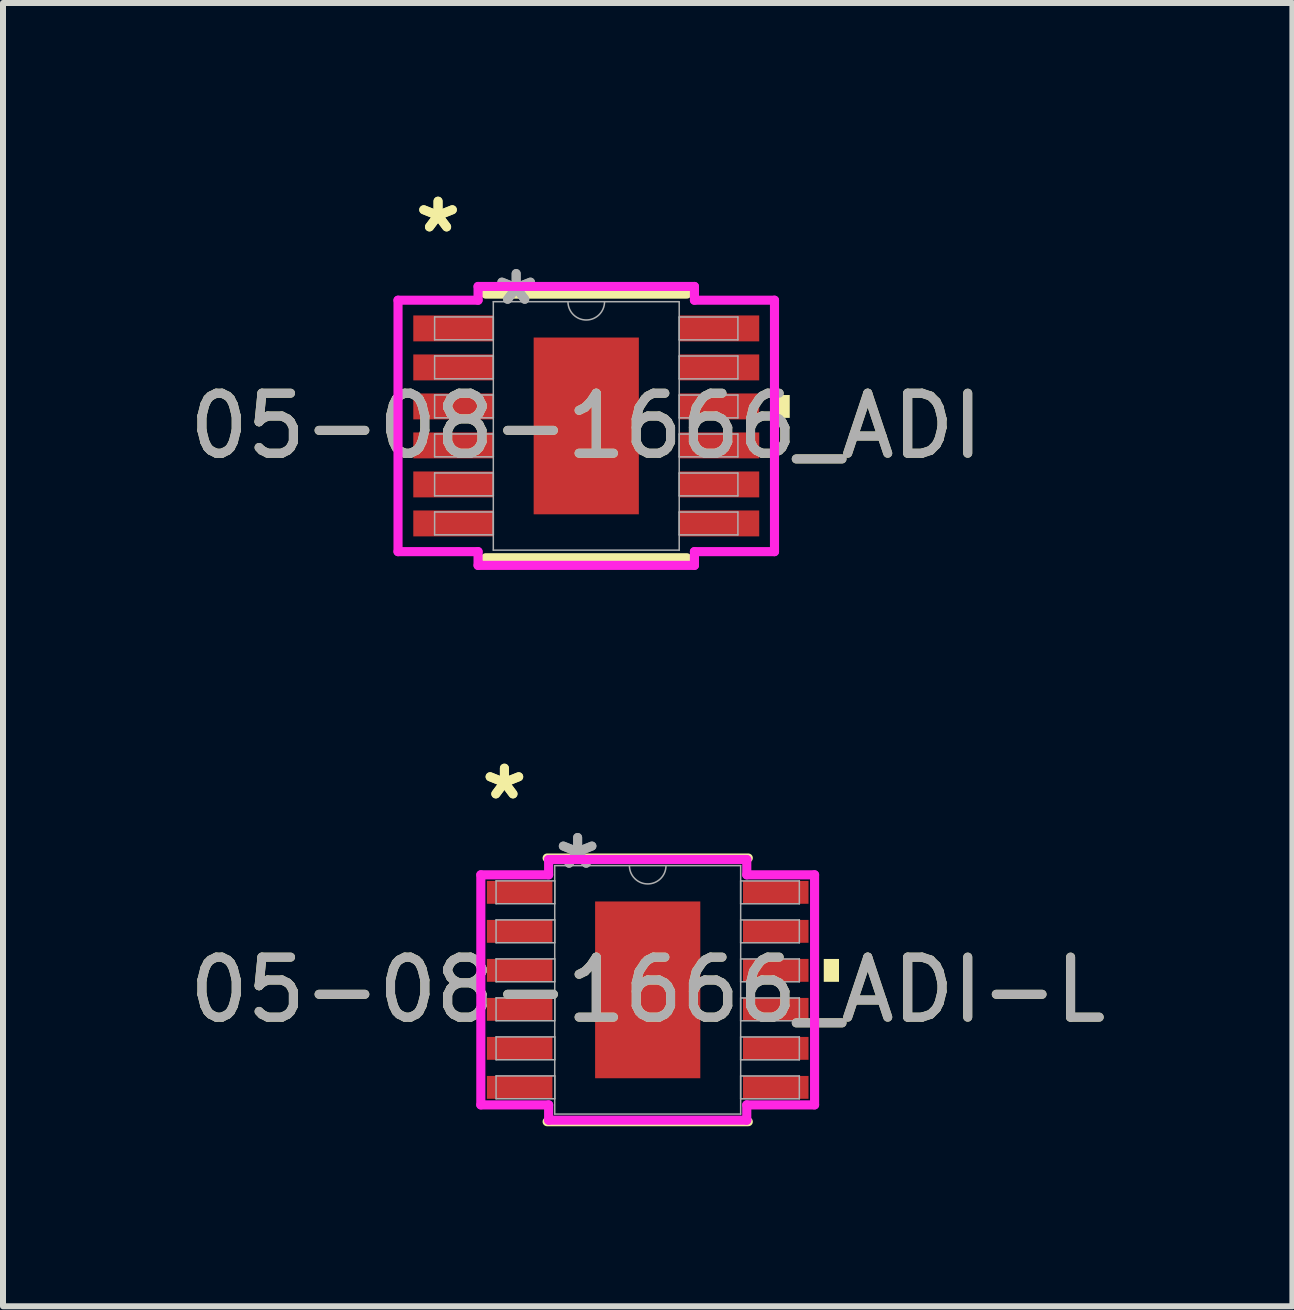
<source format=kicad_pcb>
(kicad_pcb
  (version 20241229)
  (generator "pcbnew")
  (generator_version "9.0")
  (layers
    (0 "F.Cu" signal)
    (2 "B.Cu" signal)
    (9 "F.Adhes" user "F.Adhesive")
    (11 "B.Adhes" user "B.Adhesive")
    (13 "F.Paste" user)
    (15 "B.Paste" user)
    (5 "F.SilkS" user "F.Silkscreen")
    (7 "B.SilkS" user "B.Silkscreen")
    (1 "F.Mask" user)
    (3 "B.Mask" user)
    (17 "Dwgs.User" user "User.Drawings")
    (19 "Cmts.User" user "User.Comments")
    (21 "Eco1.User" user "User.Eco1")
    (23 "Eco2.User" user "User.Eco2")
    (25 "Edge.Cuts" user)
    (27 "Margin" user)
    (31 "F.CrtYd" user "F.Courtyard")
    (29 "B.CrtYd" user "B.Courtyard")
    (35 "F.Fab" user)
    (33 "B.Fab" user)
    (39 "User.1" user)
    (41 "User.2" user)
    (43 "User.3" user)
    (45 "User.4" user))
  (footprint "05-08-1666_ADI-L"
    (layer "F.Cu")
    (at 7.744 13.446)
    (property "Reference" "05-08-1666_ADI-L" (at 0 0 0) (unlocked yes) (layer "F.SilkS") (effects (font (size 1 1) (thickness 0.15))))
    (attr smd)
    (fp_line (start -1.676 2.197) (end 1.676 2.197) (stroke (width 0.152) (type solid)) (layer "F.SilkS"))
    (fp_line (start 1.676 -2.197) (end -1.676 -2.197) (stroke (width 0.152) (type solid)) (layer "F.SilkS"))
    (fp_poly (pts (xy 3.188 -0.515) (xy 3.188 -0.134) (xy 2.934 -0.134) (xy 2.934 -0.515)) (stroke (width 0) (type solid)) (fill yes) (layer "F.SilkS"))
    (fp_poly (pts (xy -0.776 -1.373) (xy -0.776 -0.1) (xy 0.776 -0.1) (xy 0.776 -1.373)) (stroke (width 0) (type solid)) (fill yes) (layer "F.Paste"))
    (fp_poly (pts (xy -0.776 0.1) (xy -0.776 1.373) (xy 0.776 1.373) (xy 0.776 0.1)) (stroke (width 0) (type solid)) (fill yes) (layer "F.Paste"))
    (fp_line (start -2.781 -1.917) (end -1.651 -1.917) (stroke (width 0.152) (type solid)) (layer "F.CrtYd"))
    (fp_line (start -2.781 1.917) (end -2.781 -1.917) (stroke (width 0.152) (type solid)) (layer "F.CrtYd"))
    (fp_line (start -2.781 1.917) (end -1.651 1.917) (stroke (width 0.152) (type solid)) (layer "F.CrtYd"))
    (fp_line (start -1.651 -2.172) (end 1.651 -2.172) (stroke (width 0.152) (type solid)) (layer "F.CrtYd"))
    (fp_line (start -1.651 -1.917) (end -1.651 -2.172) (stroke (width 0.152) (type solid)) (layer "F.CrtYd"))
    (fp_line (start -1.651 2.172) (end -1.651 1.917) (stroke (width 0.152) (type solid)) (layer "F.CrtYd"))
    (fp_line (start 1.651 -2.172) (end 1.651 -1.917) (stroke (width 0.152) (type solid)) (layer "F.CrtYd"))
    (fp_line (start 1.651 1.917) (end 1.651 2.172) (stroke (width 0.152) (type solid)) (layer "F.CrtYd"))
    (fp_line (start 1.651 2.172) (end -1.651 2.172) (stroke (width 0.152) (type solid)) (layer "F.CrtYd"))
    (fp_line (start 2.781 -1.917) (end 1.651 -1.917) (stroke (width 0.152) (type solid)) (layer "F.CrtYd"))
    (fp_line (start 2.781 -1.917) (end 2.781 1.917) (stroke (width 0.152) (type solid)) (layer "F.CrtYd"))
    (fp_line (start 2.781 1.917) (end 1.651 1.917) (stroke (width 0.152) (type solid)) (layer "F.CrtYd"))
    (fp_line (start -2.527 -1.816) (end -2.527 -1.435) (stroke (width 0.025) (type solid)) (layer "F.Fab"))
    (fp_line (start -2.527 -1.435) (end -1.549 -1.435) (stroke (width 0.025) (type solid)) (layer "F.Fab"))
    (fp_line (start -2.527 -1.166) (end -2.527 -0.785) (stroke (width 0.025) (type solid)) (layer "F.Fab"))
    (fp_line (start -2.527 -0.785) (end -1.549 -0.785) (stroke (width 0.025) (type solid)) (layer "F.Fab"))
    (fp_line (start -2.527 -0.516) (end -2.527 -0.135) (stroke (width 0.025) (type solid)) (layer "F.Fab"))
    (fp_line (start -2.527 -0.135) (end -1.549 -0.135) (stroke (width 0.025) (type solid)) (layer "F.Fab"))
    (fp_line (start -2.527 0.134) (end -2.527 0.515) (stroke (width 0.025) (type solid)) (layer "F.Fab"))
    (fp_line (start -2.527 0.515) (end -1.549 0.515) (stroke (width 0.025) (type solid)) (layer "F.Fab"))
    (fp_line (start -2.527 0.784) (end -2.527 1.165) (stroke (width 0.025) (type solid)) (layer "F.Fab"))
    (fp_line (start -2.527 1.165) (end -1.549 1.165) (stroke (width 0.025) (type solid)) (layer "F.Fab"))
    (fp_line (start -2.527 1.434) (end -2.527 1.815) (stroke (width 0.025) (type solid)) (layer "F.Fab"))
    (fp_line (start -2.527 1.815) (end -1.549 1.815) (stroke (width 0.025) (type solid)) (layer "F.Fab"))
    (fp_line (start -1.549 -2.07) (end -1.549 2.07) (stroke (width 0.025) (type solid)) (layer "F.Fab"))
    (fp_line (start -1.549 -1.816) (end -2.527 -1.816) (stroke (width 0.025) (type solid)) (layer "F.Fab"))
    (fp_line (start -1.549 -1.435) (end -1.549 -1.816) (stroke (width 0.025) (type solid)) (layer "F.Fab"))
    (fp_line (start -1.549 -1.166) (end -2.527 -1.166) (stroke (width 0.025) (type solid)) (layer "F.Fab"))
    (fp_line (start -1.549 -0.785) (end -1.549 -1.166) (stroke (width 0.025) (type solid)) (layer "F.Fab"))
    (fp_line (start -1.549 -0.516) (end -2.527 -0.516) (stroke (width 0.025) (type solid)) (layer "F.Fab"))
    (fp_line (start -1.549 -0.135) (end -1.549 -0.516) (stroke (width 0.025) (type solid)) (layer "F.Fab"))
    (fp_line (start -1.549 0.134) (end -2.527 0.134) (stroke (width 0.025) (type solid)) (layer "F.Fab"))
    (fp_line (start -1.549 0.515) (end -1.549 0.134) (stroke (width 0.025) (type solid)) (layer "F.Fab"))
    (fp_line (start -1.549 0.784) (end -2.527 0.784) (stroke (width 0.025) (type solid)) (layer "F.Fab"))
    (fp_line (start -1.549 1.165) (end -1.549 0.784) (stroke (width 0.025) (type solid)) (layer "F.Fab"))
    (fp_line (start -1.549 1.434) (end -2.527 1.434) (stroke (width 0.025) (type solid)) (layer "F.Fab"))
    (fp_line (start -1.549 1.815) (end -1.549 1.434) (stroke (width 0.025) (type solid)) (layer "F.Fab"))
    (fp_line (start -1.549 2.07) (end 1.549 2.07) (stroke (width 0.025) (type solid)) (layer "F.Fab"))
    (fp_line (start 1.549 -2.07) (end -1.549 -2.07) (stroke (width 0.025) (type solid)) (layer "F.Fab"))
    (fp_line (start 1.549 -1.815) (end 1.549 -1.434) (stroke (width 0.025) (type solid)) (layer "F.Fab"))
    (fp_line (start 1.549 -1.434) (end 2.527 -1.434) (stroke (width 0.025) (type solid)) (layer "F.Fab"))
    (fp_line (start 1.549 -1.165) (end 1.549 -0.784) (stroke (width 0.025) (type solid)) (layer "F.Fab"))
    (fp_line (start 1.549 -0.784) (end 2.527 -0.784) (stroke (width 0.025) (type solid)) (layer "F.Fab"))
    (fp_line (start 1.549 -0.515) (end 1.549 -0.134) (stroke (width 0.025) (type solid)) (layer "F.Fab"))
    (fp_line (start 1.549 -0.134) (end 2.527 -0.134) (stroke (width 0.025) (type solid)) (layer "F.Fab"))
    (fp_line (start 1.549 0.135) (end 1.549 0.516) (stroke (width 0.025) (type solid)) (layer "F.Fab"))
    (fp_line (start 1.549 0.516) (end 2.527 0.516) (stroke (width 0.025) (type solid)) (layer "F.Fab"))
    (fp_line (start 1.549 0.785) (end 1.549 1.166) (stroke (width 0.025) (type solid)) (layer "F.Fab"))
    (fp_line (start 1.549 1.166) (end 2.527 1.166) (stroke (width 0.025) (type solid)) (layer "F.Fab"))
    (fp_line (start 1.549 1.435) (end 1.549 1.816) (stroke (width 0.025) (type solid)) (layer "F.Fab"))
    (fp_line (start 1.549 1.816) (end 2.527 1.816) (stroke (width 0.025) (type solid)) (layer "F.Fab"))
    (fp_line (start 1.549 2.07) (end 1.549 -2.07) (stroke (width 0.025) (type solid)) (layer "F.Fab"))
    (fp_line (start 2.527 -1.815) (end 1.549 -1.815) (stroke (width 0.025) (type solid)) (layer "F.Fab"))
    (fp_line (start 2.527 -1.434) (end 2.527 -1.815) (stroke (width 0.025) (type solid)) (layer "F.Fab"))
    (fp_line (start 2.527 -1.165) (end 1.549 -1.165) (stroke (width 0.025) (type solid)) (layer "F.Fab"))
    (fp_line (start 2.527 -0.784) (end 2.527 -1.165) (stroke (width 0.025) (type solid)) (layer "F.Fab"))
    (fp_line (start 2.527 -0.515) (end 1.549 -0.515) (stroke (width 0.025) (type solid)) (layer "F.Fab"))
    (fp_line (start 2.527 -0.134) (end 2.527 -0.515) (stroke (width 0.025) (type solid)) (layer "F.Fab"))
    (fp_line (start 2.527 0.135) (end 1.549 0.135) (stroke (width 0.025) (type solid)) (layer "F.Fab"))
    (fp_line (start 2.527 0.516) (end 2.527 0.135) (stroke (width 0.025) (type solid)) (layer "F.Fab"))
    (fp_line (start 2.527 0.785) (end 1.549 0.785) (stroke (width 0.025) (type solid)) (layer "F.Fab"))
    (fp_line (start 2.527 1.166) (end 2.527 0.785) (stroke (width 0.025) (type solid)) (layer "F.Fab"))
    (fp_line (start 2.527 1.435) (end 1.549 1.435) (stroke (width 0.025) (type solid)) (layer "F.Fab"))
    (fp_line (start 2.527 1.816) (end 2.527 1.435) (stroke (width 0.025) (type solid)) (layer "F.Fab"))
    (fp_arc (start 0.3048 -2.0701) (mid 0 -1.7653) (end -0.3048 -2.0701) (stroke (width 0.0254) (type solid)) (layer "F.Fab"))
    (fp_text user "*" (at -2.388 -3.149 0) (layer "F.SilkS") (effects (font (size 1 1) (thickness 0.15))))
    (fp_text user "*" (at -2.388 -3.149 0) (unlocked yes) (layer "F.SilkS") (effects (font (size 1 1) (thickness 0.15))))
    (fp_text user "*" (at -1.168 -1.994 0) (layer "F.Fab") (effects (font (size 1 1) (thickness 0.15))))
    (fp_text user "${REFERENCE}" (at 0 0 0) (unlocked yes) (layer "F.Fab") (effects (font (size 1 1) (thickness 0.15))))
    (fp_text user "*" (at -1.168 -1.994 0) (unlocked yes) (layer "F.Fab") (effects (font (size 1 1) (thickness 0.15))))
    (pad "1" smd rect (at -2.134 -1.625) (size 1.092 0.381) (layers "F.Cu" "F.Mask" "F.Paste"))
    (pad "2" smd rect (at -2.134 -0.975) (size 1.092 0.381) (layers "F.Cu" "F.Mask" "F.Paste"))
    (pad "3" smd rect (at -2.134 -0.325) (size 1.092 0.381) (layers "F.Cu" "F.Mask" "F.Paste"))
    (pad "4" smd rect (at -2.134 0.325) (size 1.092 0.381) (layers "F.Cu" "F.Mask" "F.Paste"))
    (pad "5" smd rect (at -2.134 0.975) (size 1.092 0.381) (layers "F.Cu" "F.Mask" "F.Paste"))
    (pad "6" smd rect (at -2.134 1.625) (size 1.092 0.381) (layers "F.Cu" "F.Mask" "F.Paste"))
    (pad "7" smd rect (at 2.134 1.625) (size 1.092 0.381) (layers "F.Cu" "F.Mask" "F.Paste"))
    (pad "8" smd rect (at 2.134 0.975) (size 1.092 0.381) (layers "F.Cu" "F.Mask" "F.Paste"))
    (pad "9" smd rect (at 2.134 0.325) (size 1.092 0.381) (layers "F.Cu" "F.Mask" "F.Paste"))
    (pad "10" smd rect (at 2.134 -0.325) (size 1.092 0.381) (layers "F.Cu" "F.Mask" "F.Paste"))
    (pad "11" smd rect (at 2.134 -0.975) (size 1.092 0.381) (layers "F.Cu" "F.Mask" "F.Paste"))
    (pad "12" smd rect (at 2.134 -1.625) (size 1.092 0.381) (layers "F.Cu" "F.Mask" "F.Paste"))
    (pad "13" smd rect (at 0 0) (size 1.753 2.946) (layers "F.Cu" "F.Mask")))
  (footprint "05-08-1666_ADI"
    (layer "F.Cu")
    (at 6.72 4.048)
    (property "Reference" "05-08-1666_ADI" (at 0 0 0) (unlocked yes) (layer "F.SilkS") (effects (font (size 1 1) (thickness 0.15))))
    (attr smd)
    (fp_line (start -1.676 2.197) (end 1.676 2.197) (stroke (width 0.152) (type solid)) (layer "F.SilkS"))
    (fp_line (start 1.676 -2.197) (end -1.676 -2.197) (stroke (width 0.152) (type solid)) (layer "F.SilkS"))
    (fp_poly (pts (xy 3.391 -0.515) (xy 3.391 -0.134) (xy 3.137 -0.134) (xy 3.137 -0.515)) (stroke (width 0) (type solid)) (fill yes) (layer "F.SilkS"))
    (fp_poly (pts (xy -0.776 -1.373) (xy -0.776 -0.1) (xy 0.776 -0.1) (xy 0.776 -1.373)) (stroke (width 0) (type solid)) (fill yes) (layer "F.Paste"))
    (fp_poly (pts (xy -0.776 0.1) (xy -0.776 1.373) (xy 0.776 1.373) (xy 0.776 0.1)) (stroke (width 0) (type solid)) (fill yes) (layer "F.Paste"))
    (fp_line (start -3.137 -2.095) (end -1.803 -2.095) (stroke (width 0.152) (type solid)) (layer "F.CrtYd"))
    (fp_line (start -3.137 2.095) (end -3.137 -2.095) (stroke (width 0.152) (type solid)) (layer "F.CrtYd"))
    (fp_line (start -3.137 2.095) (end -1.803 2.095) (stroke (width 0.152) (type solid)) (layer "F.CrtYd"))
    (fp_line (start -1.803 -2.324) (end 1.803 -2.324) (stroke (width 0.152) (type solid)) (layer "F.CrtYd"))
    (fp_line (start -1.803 -2.095) (end -1.803 -2.324) (stroke (width 0.152) (type solid)) (layer "F.CrtYd"))
    (fp_line (start -1.803 2.324) (end -1.803 2.095) (stroke (width 0.152) (type solid)) (layer "F.CrtYd"))
    (fp_line (start 1.803 -2.324) (end 1.803 -2.095) (stroke (width 0.152) (type solid)) (layer "F.CrtYd"))
    (fp_line (start 1.803 2.095) (end 1.803 2.324) (stroke (width 0.152) (type solid)) (layer "F.CrtYd"))
    (fp_line (start 1.803 2.324) (end -1.803 2.324) (stroke (width 0.152) (type solid)) (layer "F.CrtYd"))
    (fp_line (start 3.137 -2.095) (end 1.803 -2.095) (stroke (width 0.152) (type solid)) (layer "F.CrtYd"))
    (fp_line (start 3.137 -2.095) (end 3.137 2.095) (stroke (width 0.152) (type solid)) (layer "F.CrtYd"))
    (fp_line (start 3.137 2.095) (end 1.803 2.095) (stroke (width 0.152) (type solid)) (layer "F.CrtYd"))
    (fp_line (start -2.527 -1.816) (end -2.527 -1.435) (stroke (width 0.025) (type solid)) (layer "F.Fab"))
    (fp_line (start -2.527 -1.435) (end -1.549 -1.435) (stroke (width 0.025) (type solid)) (layer "F.Fab"))
    (fp_line (start -2.527 -1.166) (end -2.527 -0.785) (stroke (width 0.025) (type solid)) (layer "F.Fab"))
    (fp_line (start -2.527 -0.785) (end -1.549 -0.785) (stroke (width 0.025) (type solid)) (layer "F.Fab"))
    (fp_line (start -2.527 -0.516) (end -2.527 -0.135) (stroke (width 0.025) (type solid)) (layer "F.Fab"))
    (fp_line (start -2.527 -0.135) (end -1.549 -0.135) (stroke (width 0.025) (type solid)) (layer "F.Fab"))
    (fp_line (start -2.527 0.134) (end -2.527 0.515) (stroke (width 0.025) (type solid)) (layer "F.Fab"))
    (fp_line (start -2.527 0.515) (end -1.549 0.515) (stroke (width 0.025) (type solid)) (layer "F.Fab"))
    (fp_line (start -2.527 0.784) (end -2.527 1.165) (stroke (width 0.025) (type solid)) (layer "F.Fab"))
    (fp_line (start -2.527 1.165) (end -1.549 1.165) (stroke (width 0.025) (type solid)) (layer "F.Fab"))
    (fp_line (start -2.527 1.434) (end -2.527 1.815) (stroke (width 0.025) (type solid)) (layer "F.Fab"))
    (fp_line (start -2.527 1.815) (end -1.549 1.815) (stroke (width 0.025) (type solid)) (layer "F.Fab"))
    (fp_line (start -1.549 -2.07) (end -1.549 2.07) (stroke (width 0.025) (type solid)) (layer "F.Fab"))
    (fp_line (start -1.549 -1.816) (end -2.527 -1.816) (stroke (width 0.025) (type solid)) (layer "F.Fab"))
    (fp_line (start -1.549 -1.435) (end -1.549 -1.816) (stroke (width 0.025) (type solid)) (layer "F.Fab"))
    (fp_line (start -1.549 -1.166) (end -2.527 -1.166) (stroke (width 0.025) (type solid)) (layer "F.Fab"))
    (fp_line (start -1.549 -0.785) (end -1.549 -1.166) (stroke (width 0.025) (type solid)) (layer "F.Fab"))
    (fp_line (start -1.549 -0.516) (end -2.527 -0.516) (stroke (width 0.025) (type solid)) (layer "F.Fab"))
    (fp_line (start -1.549 -0.135) (end -1.549 -0.516) (stroke (width 0.025) (type solid)) (layer "F.Fab"))
    (fp_line (start -1.549 0.134) (end -2.527 0.134) (stroke (width 0.025) (type solid)) (layer "F.Fab"))
    (fp_line (start -1.549 0.515) (end -1.549 0.134) (stroke (width 0.025) (type solid)) (layer "F.Fab"))
    (fp_line (start -1.549 0.784) (end -2.527 0.784) (stroke (width 0.025) (type solid)) (layer "F.Fab"))
    (fp_line (start -1.549 1.165) (end -1.549 0.784) (stroke (width 0.025) (type solid)) (layer "F.Fab"))
    (fp_line (start -1.549 1.434) (end -2.527 1.434) (stroke (width 0.025) (type solid)) (layer "F.Fab"))
    (fp_line (start -1.549 1.815) (end -1.549 1.434) (stroke (width 0.025) (type solid)) (layer "F.Fab"))
    (fp_line (start -1.549 2.07) (end 1.549 2.07) (stroke (width 0.025) (type solid)) (layer "F.Fab"))
    (fp_line (start 1.549 -2.07) (end -1.549 -2.07) (stroke (width 0.025) (type solid)) (layer "F.Fab"))
    (fp_line (start 1.549 -1.815) (end 1.549 -1.434) (stroke (width 0.025) (type solid)) (layer "F.Fab"))
    (fp_line (start 1.549 -1.434) (end 2.527 -1.434) (stroke (width 0.025) (type solid)) (layer "F.Fab"))
    (fp_line (start 1.549 -1.165) (end 1.549 -0.784) (stroke (width 0.025) (type solid)) (layer "F.Fab"))
    (fp_line (start 1.549 -0.784) (end 2.527 -0.784) (stroke (width 0.025) (type solid)) (layer "F.Fab"))
    (fp_line (start 1.549 -0.515) (end 1.549 -0.134) (stroke (width 0.025) (type solid)) (layer "F.Fab"))
    (fp_line (start 1.549 -0.134) (end 2.527 -0.134) (stroke (width 0.025) (type solid)) (layer "F.Fab"))
    (fp_line (start 1.549 0.135) (end 1.549 0.516) (stroke (width 0.025) (type solid)) (layer "F.Fab"))
    (fp_line (start 1.549 0.516) (end 2.527 0.516) (stroke (width 0.025) (type solid)) (layer "F.Fab"))
    (fp_line (start 1.549 0.785) (end 1.549 1.166) (stroke (width 0.025) (type solid)) (layer "F.Fab"))
    (fp_line (start 1.549 1.166) (end 2.527 1.166) (stroke (width 0.025) (type solid)) (layer "F.Fab"))
    (fp_line (start 1.549 1.435) (end 1.549 1.816) (stroke (width 0.025) (type solid)) (layer "F.Fab"))
    (fp_line (start 1.549 1.816) (end 2.527 1.816) (stroke (width 0.025) (type solid)) (layer "F.Fab"))
    (fp_line (start 1.549 2.07) (end 1.549 -2.07) (stroke (width 0.025) (type solid)) (layer "F.Fab"))
    (fp_line (start 2.527 -1.815) (end 1.549 -1.815) (stroke (width 0.025) (type solid)) (layer "F.Fab"))
    (fp_line (start 2.527 -1.434) (end 2.527 -1.815) (stroke (width 0.025) (type solid)) (layer "F.Fab"))
    (fp_line (start 2.527 -1.165) (end 1.549 -1.165) (stroke (width 0.025) (type solid)) (layer "F.Fab"))
    (fp_line (start 2.527 -0.784) (end 2.527 -1.165) (stroke (width 0.025) (type solid)) (layer "F.Fab"))
    (fp_line (start 2.527 -0.515) (end 1.549 -0.515) (stroke (width 0.025) (type solid)) (layer "F.Fab"))
    (fp_line (start 2.527 -0.134) (end 2.527 -0.515) (stroke (width 0.025) (type solid)) (layer "F.Fab"))
    (fp_line (start 2.527 0.135) (end 1.549 0.135) (stroke (width 0.025) (type solid)) (layer "F.Fab"))
    (fp_line (start 2.527 0.516) (end 2.527 0.135) (stroke (width 0.025) (type solid)) (layer "F.Fab"))
    (fp_line (start 2.527 0.785) (end 1.549 0.785) (stroke (width 0.025) (type solid)) (layer "F.Fab"))
    (fp_line (start 2.527 1.166) (end 2.527 0.785) (stroke (width 0.025) (type solid)) (layer "F.Fab"))
    (fp_line (start 2.527 1.435) (end 1.549 1.435) (stroke (width 0.025) (type solid)) (layer "F.Fab"))
    (fp_line (start 2.527 1.816) (end 2.527 1.435) (stroke (width 0.025) (type solid)) (layer "F.Fab"))
    (fp_arc (start 0.3048 -2.0701) (mid 0 -1.7653) (end -0.3048 -2.0701) (stroke (width 0.0254) (type solid)) (layer "F.Fab"))
    (fp_text user "*" (at -2.47 -3.2 0) (layer "F.SilkS") (effects (font (size 1 1) (thickness 0.15))))
    (fp_text user "*" (at -2.47 -3.2 0) (unlocked yes) (layer "F.SilkS") (effects (font (size 1 1) (thickness 0.15))))
    (fp_text user "${REFERENCE}" (at 0 0 0) (unlocked yes) (layer "F.Fab") (effects (font (size 1 1) (thickness 0.15))))
    (fp_text user "*" (at -1.168 -1.994 0) (unlocked yes) (layer "F.Fab") (effects (font (size 1 1) (thickness 0.15))))
    (fp_text user "*" (at -1.168 -1.994 0) (layer "F.Fab") (effects (font (size 1 1) (thickness 0.15))))
    (pad "1" smd rect (at -2.216 -1.625) (size 1.333 0.432) (layers "F.Cu" "F.Mask" "F.Paste"))
    (pad "2" smd rect (at -2.216 -0.975) (size 1.333 0.432) (layers "F.Cu" "F.Mask" "F.Paste"))
    (pad "3" smd rect (at -2.216 -0.325) (size 1.333 0.432) (layers "F.Cu" "F.Mask" "F.Paste"))
    (pad "4" smd rect (at -2.216 0.325) (size 1.333 0.432) (layers "F.Cu" "F.Mask" "F.Paste"))
    (pad "5" smd rect (at -2.216 0.975) (size 1.333 0.432) (layers "F.Cu" "F.Mask" "F.Paste"))
    (pad "6" smd rect (at -2.216 1.625) (size 1.333 0.432) (layers "F.Cu" "F.Mask" "F.Paste"))
    (pad "7" smd rect (at 2.216 1.625) (size 1.333 0.432) (layers "F.Cu" "F.Mask" "F.Paste"))
    (pad "8" smd rect (at 2.216 0.975) (size 1.333 0.432) (layers "F.Cu" "F.Mask" "F.Paste"))
    (pad "9" smd rect (at 2.216 0.325) (size 1.333 0.432) (layers "F.Cu" "F.Mask" "F.Paste"))
    (pad "10" smd rect (at 2.216 -0.325) (size 1.333 0.432) (layers "F.Cu" "F.Mask" "F.Paste"))
    (pad "11" smd rect (at 2.216 -0.975) (size 1.333 0.432) (layers "F.Cu" "F.Mask" "F.Paste"))
    (pad "12" smd rect (at 2.216 -1.625) (size 1.333 0.432) (layers "F.Cu" "F.Mask" "F.Paste"))
    (pad "13" smd rect (at 0 0) (size 1.753 2.946) (layers "F.Cu" "F.Mask")))
  (gr_rect
    (start -3 -3)
    (end 18.488 18.719)
    (stroke (width 0.1) (type default))
    (fill no)
    (layer "Edge.Cuts")))
</source>
